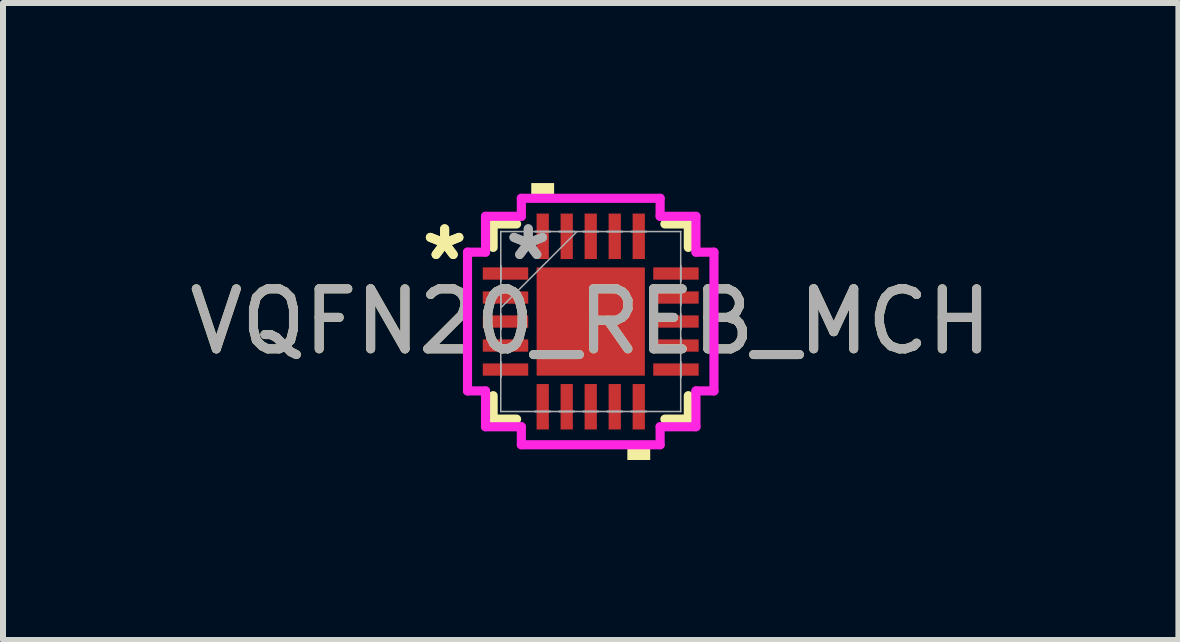
<source format=kicad_pcb>
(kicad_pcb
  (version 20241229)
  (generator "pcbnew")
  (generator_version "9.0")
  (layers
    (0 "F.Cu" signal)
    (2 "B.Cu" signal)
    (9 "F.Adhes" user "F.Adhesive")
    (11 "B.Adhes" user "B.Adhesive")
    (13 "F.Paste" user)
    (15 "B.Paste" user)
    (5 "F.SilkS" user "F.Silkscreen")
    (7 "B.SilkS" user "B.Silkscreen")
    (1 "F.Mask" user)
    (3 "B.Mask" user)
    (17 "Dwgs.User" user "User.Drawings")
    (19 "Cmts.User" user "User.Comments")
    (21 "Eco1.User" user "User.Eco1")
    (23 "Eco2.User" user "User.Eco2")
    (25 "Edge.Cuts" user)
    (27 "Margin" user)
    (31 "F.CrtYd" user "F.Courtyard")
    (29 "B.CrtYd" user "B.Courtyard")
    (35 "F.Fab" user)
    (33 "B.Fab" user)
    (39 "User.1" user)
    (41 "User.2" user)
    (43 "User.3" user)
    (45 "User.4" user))
  (footprint "VQFN20_REB_MCH"
    (layer "F.Cu")
    (at 6.792 2.307)
    (property "Reference" "VQFN20_REB_MCH" (at 0 0 0) (unlocked yes) (layer "F.SilkS") (effects (font (size 1 1) (thickness 0.15))))
    (attr smd)
    (fp_line (start -1.626 -1.626) (end -1.626 -1.235) (stroke (width 0.152) (type solid)) (layer "F.SilkS"))
    (fp_line (start -1.626 1.235) (end -1.626 1.626) (stroke (width 0.152) (type solid)) (layer "F.SilkS"))
    (fp_line (start -1.626 1.626) (end -1.235 1.626) (stroke (width 0.152) (type solid)) (layer "F.SilkS"))
    (fp_line (start -1.235 -1.626) (end -1.626 -1.626) (stroke (width 0.152) (type solid)) (layer "F.SilkS"))
    (fp_line (start 1.235 1.626) (end 1.626 1.626) (stroke (width 0.152) (type solid)) (layer "F.SilkS"))
    (fp_line (start 1.626 -1.626) (end 1.235 -1.626) (stroke (width 0.152) (type solid)) (layer "F.SilkS"))
    (fp_line (start 1.626 -1.235) (end 1.626 -1.626) (stroke (width 0.152) (type solid)) (layer "F.SilkS"))
    (fp_line (start 1.626 1.626) (end 1.626 1.235) (stroke (width 0.152) (type solid)) (layer "F.SilkS"))
    (fp_poly (pts (xy -0.991 -2.053) (xy -0.991 -2.307) (xy -0.61 -2.307) (xy -0.61 -2.053)) (stroke (width 0) (type solid)) (fill yes) (layer "F.SilkS"))
    (fp_poly (pts (xy 0.61 2.053) (xy 0.61 2.307) (xy 0.991 2.307) (xy 0.991 2.053)) (stroke (width 0) (type solid)) (fill yes) (layer "F.SilkS"))
    (fp_line (start -2.053 -1.156) (end -1.753 -1.156) (stroke (width 0.152) (type solid)) (layer "F.CrtYd"))
    (fp_line (start -2.053 1.156) (end -2.053 -1.156) (stroke (width 0.152) (type solid)) (layer "F.CrtYd"))
    (fp_line (start -1.753 -1.753) (end -1.156 -1.753) (stroke (width 0.152) (type solid)) (layer "F.CrtYd"))
    (fp_line (start -1.753 -1.156) (end -1.753 -1.753) (stroke (width 0.152) (type solid)) (layer "F.CrtYd"))
    (fp_line (start -1.753 1.156) (end -2.053 1.156) (stroke (width 0.152) (type solid)) (layer "F.CrtYd"))
    (fp_line (start -1.753 1.753) (end -1.753 1.156) (stroke (width 0.152) (type solid)) (layer "F.CrtYd"))
    (fp_line (start -1.156 -2.053) (end 1.156 -2.053) (stroke (width 0.152) (type solid)) (layer "F.CrtYd"))
    (fp_line (start -1.156 -1.753) (end -1.156 -2.053) (stroke (width 0.152) (type solid)) (layer "F.CrtYd"))
    (fp_line (start -1.156 1.753) (end -1.753 1.753) (stroke (width 0.152) (type solid)) (layer "F.CrtYd"))
    (fp_line (start -1.156 2.053) (end -1.156 1.753) (stroke (width 0.152) (type solid)) (layer "F.CrtYd"))
    (fp_line (start 1.156 -2.053) (end 1.156 -1.753) (stroke (width 0.152) (type solid)) (layer "F.CrtYd"))
    (fp_line (start 1.156 -1.753) (end 1.753 -1.753) (stroke (width 0.152) (type solid)) (layer "F.CrtYd"))
    (fp_line (start 1.156 1.753) (end 1.156 2.053) (stroke (width 0.152) (type solid)) (layer "F.CrtYd"))
    (fp_line (start 1.156 2.053) (end -1.156 2.053) (stroke (width 0.152) (type solid)) (layer "F.CrtYd"))
    (fp_line (start 1.753 -1.753) (end 1.753 -1.156) (stroke (width 0.152) (type solid)) (layer "F.CrtYd"))
    (fp_line (start 1.753 -1.156) (end 2.053 -1.156) (stroke (width 0.152) (type solid)) (layer "F.CrtYd"))
    (fp_line (start 1.753 1.156) (end 1.753 1.753) (stroke (width 0.152) (type solid)) (layer "F.CrtYd"))
    (fp_line (start 1.753 1.753) (end 1.156 1.753) (stroke (width 0.152) (type solid)) (layer "F.CrtYd"))
    (fp_line (start 2.053 -1.156) (end 2.053 1.156) (stroke (width 0.152) (type solid)) (layer "F.CrtYd"))
    (fp_line (start 2.053 1.156) (end 1.753 1.156) (stroke (width 0.152) (type solid)) (layer "F.CrtYd"))
    (fp_line (start -1.499 -1.499) (end -1.499 -1.499) (stroke (width 0.025) (type solid)) (layer "F.Fab"))
    (fp_line (start -1.499 -1.499) (end -1.499 1.499) (stroke (width 0.025) (type solid)) (layer "F.Fab"))
    (fp_line (start -1.499 -0.927) (end -1.499 -0.927) (stroke (width 0.025) (type solid)) (layer "F.Fab"))
    (fp_line (start -1.499 -0.927) (end -1.499 -0.673) (stroke (width 0.025) (type solid)) (layer "F.Fab"))
    (fp_line (start -1.499 -0.673) (end -1.499 -0.927) (stroke (width 0.025) (type solid)) (layer "F.Fab"))
    (fp_line (start -1.499 -0.673) (end -1.499 -0.673) (stroke (width 0.025) (type solid)) (layer "F.Fab"))
    (fp_line (start -1.499 -0.527) (end -1.499 -0.527) (stroke (width 0.025) (type solid)) (layer "F.Fab"))
    (fp_line (start -1.499 -0.527) (end -1.499 -0.273) (stroke (width 0.025) (type solid)) (layer "F.Fab"))
    (fp_line (start -1.499 -0.273) (end -1.499 -0.527) (stroke (width 0.025) (type solid)) (layer "F.Fab"))
    (fp_line (start -1.499 -0.273) (end -1.499 -0.273) (stroke (width 0.025) (type solid)) (layer "F.Fab"))
    (fp_line (start -1.499 -0.229) (end -0.229 -1.499) (stroke (width 0.025) (type solid)) (layer "F.Fab"))
    (fp_line (start -1.499 -0.127) (end -1.499 -0.127) (stroke (width 0.025) (type solid)) (layer "F.Fab"))
    (fp_line (start -1.499 -0.127) (end -1.499 0.127) (stroke (width 0.025) (type solid)) (layer "F.Fab"))
    (fp_line (start -1.499 0.127) (end -1.499 -0.127) (stroke (width 0.025) (type solid)) (layer "F.Fab"))
    (fp_line (start -1.499 0.127) (end -1.499 0.127) (stroke (width 0.025) (type solid)) (layer "F.Fab"))
    (fp_line (start -1.499 0.273) (end -1.499 0.273) (stroke (width 0.025) (type solid)) (layer "F.Fab"))
    (fp_line (start -1.499 0.273) (end -1.499 0.527) (stroke (width 0.025) (type solid)) (layer "F.Fab"))
    (fp_line (start -1.499 0.527) (end -1.499 0.273) (stroke (width 0.025) (type solid)) (layer "F.Fab"))
    (fp_line (start -1.499 0.527) (end -1.499 0.527) (stroke (width 0.025) (type solid)) (layer "F.Fab"))
    (fp_line (start -1.499 0.673) (end -1.499 0.673) (stroke (width 0.025) (type solid)) (layer "F.Fab"))
    (fp_line (start -1.499 0.673) (end -1.499 0.927) (stroke (width 0.025) (type solid)) (layer "F.Fab"))
    (fp_line (start -1.499 0.927) (end -1.499 0.673) (stroke (width 0.025) (type solid)) (layer "F.Fab"))
    (fp_line (start -1.499 0.927) (end -1.499 0.927) (stroke (width 0.025) (type solid)) (layer "F.Fab"))
    (fp_line (start -1.499 1.499) (end -1.499 1.499) (stroke (width 0.025) (type solid)) (layer "F.Fab"))
    (fp_line (start -1.499 1.499) (end 1.499 1.499) (stroke (width 0.025) (type solid)) (layer "F.Fab"))
    (fp_line (start -0.927 -1.499) (end -0.927 -1.499) (stroke (width 0.025) (type solid)) (layer "F.Fab"))
    (fp_line (start -0.927 -1.499) (end -0.673 -1.499) (stroke (width 0.025) (type solid)) (layer "F.Fab"))
    (fp_line (start -0.927 1.499) (end -0.927 1.499) (stroke (width 0.025) (type solid)) (layer "F.Fab"))
    (fp_line (start -0.927 1.499) (end -0.673 1.499) (stroke (width 0.025) (type solid)) (layer "F.Fab"))
    (fp_line (start -0.673 -1.499) (end -0.927 -1.499) (stroke (width 0.025) (type solid)) (layer "F.Fab"))
    (fp_line (start -0.673 -1.499) (end -0.673 -1.499) (stroke (width 0.025) (type solid)) (layer "F.Fab"))
    (fp_line (start -0.673 1.499) (end -0.927 1.499) (stroke (width 0.025) (type solid)) (layer "F.Fab"))
    (fp_line (start -0.673 1.499) (end -0.673 1.499) (stroke (width 0.025) (type solid)) (layer "F.Fab"))
    (fp_line (start -0.527 -1.499) (end -0.527 -1.499) (stroke (width 0.025) (type solid)) (layer "F.Fab"))
    (fp_line (start -0.527 -1.499) (end -0.273 -1.499) (stroke (width 0.025) (type solid)) (layer "F.Fab"))
    (fp_line (start -0.527 1.499) (end -0.527 1.499) (stroke (width 0.025) (type solid)) (layer "F.Fab"))
    (fp_line (start -0.527 1.499) (end -0.273 1.499) (stroke (width 0.025) (type solid)) (layer "F.Fab"))
    (fp_line (start -0.273 -1.499) (end -0.527 -1.499) (stroke (width 0.025) (type solid)) (layer "F.Fab"))
    (fp_line (start -0.273 -1.499) (end -0.273 -1.499) (stroke (width 0.025) (type solid)) (layer "F.Fab"))
    (fp_line (start -0.273 1.499) (end -0.527 1.499) (stroke (width 0.025) (type solid)) (layer "F.Fab"))
    (fp_line (start -0.273 1.499) (end -0.273 1.499) (stroke (width 0.025) (type solid)) (layer "F.Fab"))
    (fp_line (start -0.127 -1.499) (end -0.127 -1.499) (stroke (width 0.025) (type solid)) (layer "F.Fab"))
    (fp_line (start -0.127 -1.499) (end 0.127 -1.499) (stroke (width 0.025) (type solid)) (layer "F.Fab"))
    (fp_line (start -0.127 1.499) (end -0.127 1.499) (stroke (width 0.025) (type solid)) (layer "F.Fab"))
    (fp_line (start -0.127 1.499) (end 0.127 1.499) (stroke (width 0.025) (type solid)) (layer "F.Fab"))
    (fp_line (start 0.127 -1.499) (end -0.127 -1.499) (stroke (width 0.025) (type solid)) (layer "F.Fab"))
    (fp_line (start 0.127 -1.499) (end 0.127 -1.499) (stroke (width 0.025) (type solid)) (layer "F.Fab"))
    (fp_line (start 0.127 1.499) (end -0.127 1.499) (stroke (width 0.025) (type solid)) (layer "F.Fab"))
    (fp_line (start 0.127 1.499) (end 0.127 1.499) (stroke (width 0.025) (type solid)) (layer "F.Fab"))
    (fp_line (start 0.273 -1.499) (end 0.273 -1.499) (stroke (width 0.025) (type solid)) (layer "F.Fab"))
    (fp_line (start 0.273 -1.499) (end 0.527 -1.499) (stroke (width 0.025) (type solid)) (layer "F.Fab"))
    (fp_line (start 0.273 1.499) (end 0.273 1.499) (stroke (width 0.025) (type solid)) (layer "F.Fab"))
    (fp_line (start 0.273 1.499) (end 0.527 1.499) (stroke (width 0.025) (type solid)) (layer "F.Fab"))
    (fp_line (start 0.527 -1.499) (end 0.273 -1.499) (stroke (width 0.025) (type solid)) (layer "F.Fab"))
    (fp_line (start 0.527 -1.499) (end 0.527 -1.499) (stroke (width 0.025) (type solid)) (layer "F.Fab"))
    (fp_line (start 0.527 1.499) (end 0.273 1.499) (stroke (width 0.025) (type solid)) (layer "F.Fab"))
    (fp_line (start 0.527 1.499) (end 0.527 1.499) (stroke (width 0.025) (type solid)) (layer "F.Fab"))
    (fp_line (start 0.673 -1.499) (end 0.673 -1.499) (stroke (width 0.025) (type solid)) (layer "F.Fab"))
    (fp_line (start 0.673 -1.499) (end 0.927 -1.499) (stroke (width 0.025) (type solid)) (layer "F.Fab"))
    (fp_line (start 0.673 1.499) (end 0.673 1.499) (stroke (width 0.025) (type solid)) (layer "F.Fab"))
    (fp_line (start 0.673 1.499) (end 0.927 1.499) (stroke (width 0.025) (type solid)) (layer "F.Fab"))
    (fp_line (start 0.927 -1.499) (end 0.673 -1.499) (stroke (width 0.025) (type solid)) (layer "F.Fab"))
    (fp_line (start 0.927 -1.499) (end 0.927 -1.499) (stroke (width 0.025) (type solid)) (layer "F.Fab"))
    (fp_line (start 0.927 1.499) (end 0.673 1.499) (stroke (width 0.025) (type solid)) (layer "F.Fab"))
    (fp_line (start 0.927 1.499) (end 0.927 1.499) (stroke (width 0.025) (type solid)) (layer "F.Fab"))
    (fp_line (start 1.499 -1.499) (end -1.499 -1.499) (stroke (width 0.025) (type solid)) (layer "F.Fab"))
    (fp_line (start 1.499 -1.499) (end 1.499 -1.499) (stroke (width 0.025) (type solid)) (layer "F.Fab"))
    (fp_line (start 1.499 -0.927) (end 1.499 -0.927) (stroke (width 0.025) (type solid)) (layer "F.Fab"))
    (fp_line (start 1.499 -0.927) (end 1.499 -0.673) (stroke (width 0.025) (type solid)) (layer "F.Fab"))
    (fp_line (start 1.499 -0.673) (end 1.499 -0.927) (stroke (width 0.025) (type solid)) (layer "F.Fab"))
    (fp_line (start 1.499 -0.673) (end 1.499 -0.673) (stroke (width 0.025) (type solid)) (layer "F.Fab"))
    (fp_line (start 1.499 -0.527) (end 1.499 -0.527) (stroke (width 0.025) (type solid)) (layer "F.Fab"))
    (fp_line (start 1.499 -0.527) (end 1.499 -0.273) (stroke (width 0.025) (type solid)) (layer "F.Fab"))
    (fp_line (start 1.499 -0.273) (end 1.499 -0.527) (stroke (width 0.025) (type solid)) (layer "F.Fab"))
    (fp_line (start 1.499 -0.273) (end 1.499 -0.273) (stroke (width 0.025) (type solid)) (layer "F.Fab"))
    (fp_line (start 1.499 -0.127) (end 1.499 -0.127) (stroke (width 0.025) (type solid)) (layer "F.Fab"))
    (fp_line (start 1.499 -0.127) (end 1.499 0.127) (stroke (width 0.025) (type solid)) (layer "F.Fab"))
    (fp_line (start 1.499 0.127) (end 1.499 -0.127) (stroke (width 0.025) (type solid)) (layer "F.Fab"))
    (fp_line (start 1.499 0.127) (end 1.499 0.127) (stroke (width 0.025) (type solid)) (layer "F.Fab"))
    (fp_line (start 1.499 0.273) (end 1.499 0.273) (stroke (width 0.025) (type solid)) (layer "F.Fab"))
    (fp_line (start 1.499 0.273) (end 1.499 0.527) (stroke (width 0.025) (type solid)) (layer "F.Fab"))
    (fp_line (start 1.499 0.527) (end 1.499 0.273) (stroke (width 0.025) (type solid)) (layer "F.Fab"))
    (fp_line (start 1.499 0.527) (end 1.499 0.527) (stroke (width 0.025) (type solid)) (layer "F.Fab"))
    (fp_line (start 1.499 0.673) (end 1.499 0.673) (stroke (width 0.025) (type solid)) (layer "F.Fab"))
    (fp_line (start 1.499 0.673) (end 1.499 0.927) (stroke (width 0.025) (type solid)) (layer "F.Fab"))
    (fp_line (start 1.499 0.927) (end 1.499 0.673) (stroke (width 0.025) (type solid)) (layer "F.Fab"))
    (fp_line (start 1.499 0.927) (end 1.499 0.927) (stroke (width 0.025) (type solid)) (layer "F.Fab"))
    (fp_line (start 1.499 1.499) (end 1.499 -1.499) (stroke (width 0.025) (type solid)) (layer "F.Fab"))
    (fp_line (start 1.499 1.499) (end 1.499 1.499) (stroke (width 0.025) (type solid)) (layer "F.Fab"))
    (fp_text user "*" (at -2.434 -1 0) (layer "F.SilkS") (effects (font (size 1 1) (thickness 0.15))))
    (fp_text user "*" (at -2.434 -1 0) (unlocked yes) (layer "F.SilkS") (effects (font (size 1 1) (thickness 0.15))))
    (fp_text user "*" (at -1.041 -1 0) (layer "F.Fab") (effects (font (size 1 1) (thickness 0.15))))
    (fp_text user "*" (at -1.041 -1 0) (unlocked yes) (layer "F.Fab") (effects (font (size 1 1) (thickness 0.15))))
    (fp_text user "${REFERENCE}" (at 0 0 0) (unlocked yes) (layer "F.Fab") (effects (font (size 1 1) (thickness 0.15))))
    (pad "1" smd rect (at -1.42 -0.8 90) (size 0.204 0.757) (layers "F.Cu" "F.Mask" "F.Paste"))
    (pad "2" smd rect (at -1.42 -0.4 90) (size 0.204 0.757) (layers "F.Cu" "F.Mask" "F.Paste"))
    (pad "3" smd rect (at -1.42 0 90) (size 0.204 0.757) (layers "F.Cu" "F.Mask" "F.Paste"))
    (pad "4" smd rect (at -1.42 0.4 90) (size 0.204 0.757) (layers "F.Cu" "F.Mask" "F.Paste"))
    (pad "5" smd rect (at -1.42 0.8 90) (size 0.204 0.757) (layers "F.Cu" "F.Mask" "F.Paste"))
    (pad "6" smd rect (at -0.8 1.42) (size 0.204 0.757) (layers "F.Cu" "F.Mask" "F.Paste"))
    (pad "7" smd rect (at -0.4 1.42) (size 0.204 0.757) (layers "F.Cu" "F.Mask" "F.Paste"))
    (pad "8" smd rect (at 0 1.42) (size 0.204 0.757) (layers "F.Cu" "F.Mask" "F.Paste"))
    (pad "9" smd rect (at 0.4 1.42) (size 0.204 0.757) (layers "F.Cu" "F.Mask" "F.Paste"))
    (pad "10" smd rect (at 0.8 1.42) (size 0.204 0.757) (layers "F.Cu" "F.Mask" "F.Paste"))
    (pad "11" smd rect (at 1.42 0.8 90) (size 0.204 0.757) (layers "F.Cu" "F.Mask" "F.Paste"))
    (pad "12" smd rect (at 1.42 0.4 90) (size 0.204 0.757) (layers "F.Cu" "F.Mask" "F.Paste"))
    (pad "13" smd rect (at 1.42 0 90) (size 0.204 0.757) (layers "F.Cu" "F.Mask" "F.Paste"))
    (pad "14" smd rect (at 1.42 -0.4 90) (size 0.204 0.757) (layers "F.Cu" "F.Mask" "F.Paste"))
    (pad "15" smd rect (at 1.42 -0.8 90) (size 0.204 0.757) (layers "F.Cu" "F.Mask" "F.Paste"))
    (pad "16" smd rect (at 0.8 -1.42) (size 0.204 0.757) (layers "F.Cu" "F.Mask" "F.Paste"))
    (pad "17" smd rect (at 0.4 -1.42) (size 0.204 0.757) (layers "F.Cu" "F.Mask" "F.Paste"))
    (pad "18" smd rect (at 0 -1.42) (size 0.204 0.757) (layers "F.Cu" "F.Mask" "F.Paste"))
    (pad "19" smd rect (at -0.4 -1.42) (size 0.204 0.757) (layers "F.Cu" "F.Mask" "F.Paste"))
    (pad "20" smd rect (at -0.8 -1.42) (size 0.204 0.757) (layers "F.Cu" "F.Mask" "F.Paste"))
    (pad "21" smd rect (at 0 0) (size 1.803 1.803) (layers "F.Cu" "F.Mask" "F.Paste")))
  (gr_rect
    (start -3 -3)
    (end 16.583 7.613)
    (stroke (width 0.1) (type default))
    (fill no)
    (layer "Edge.Cuts")))
</source>
